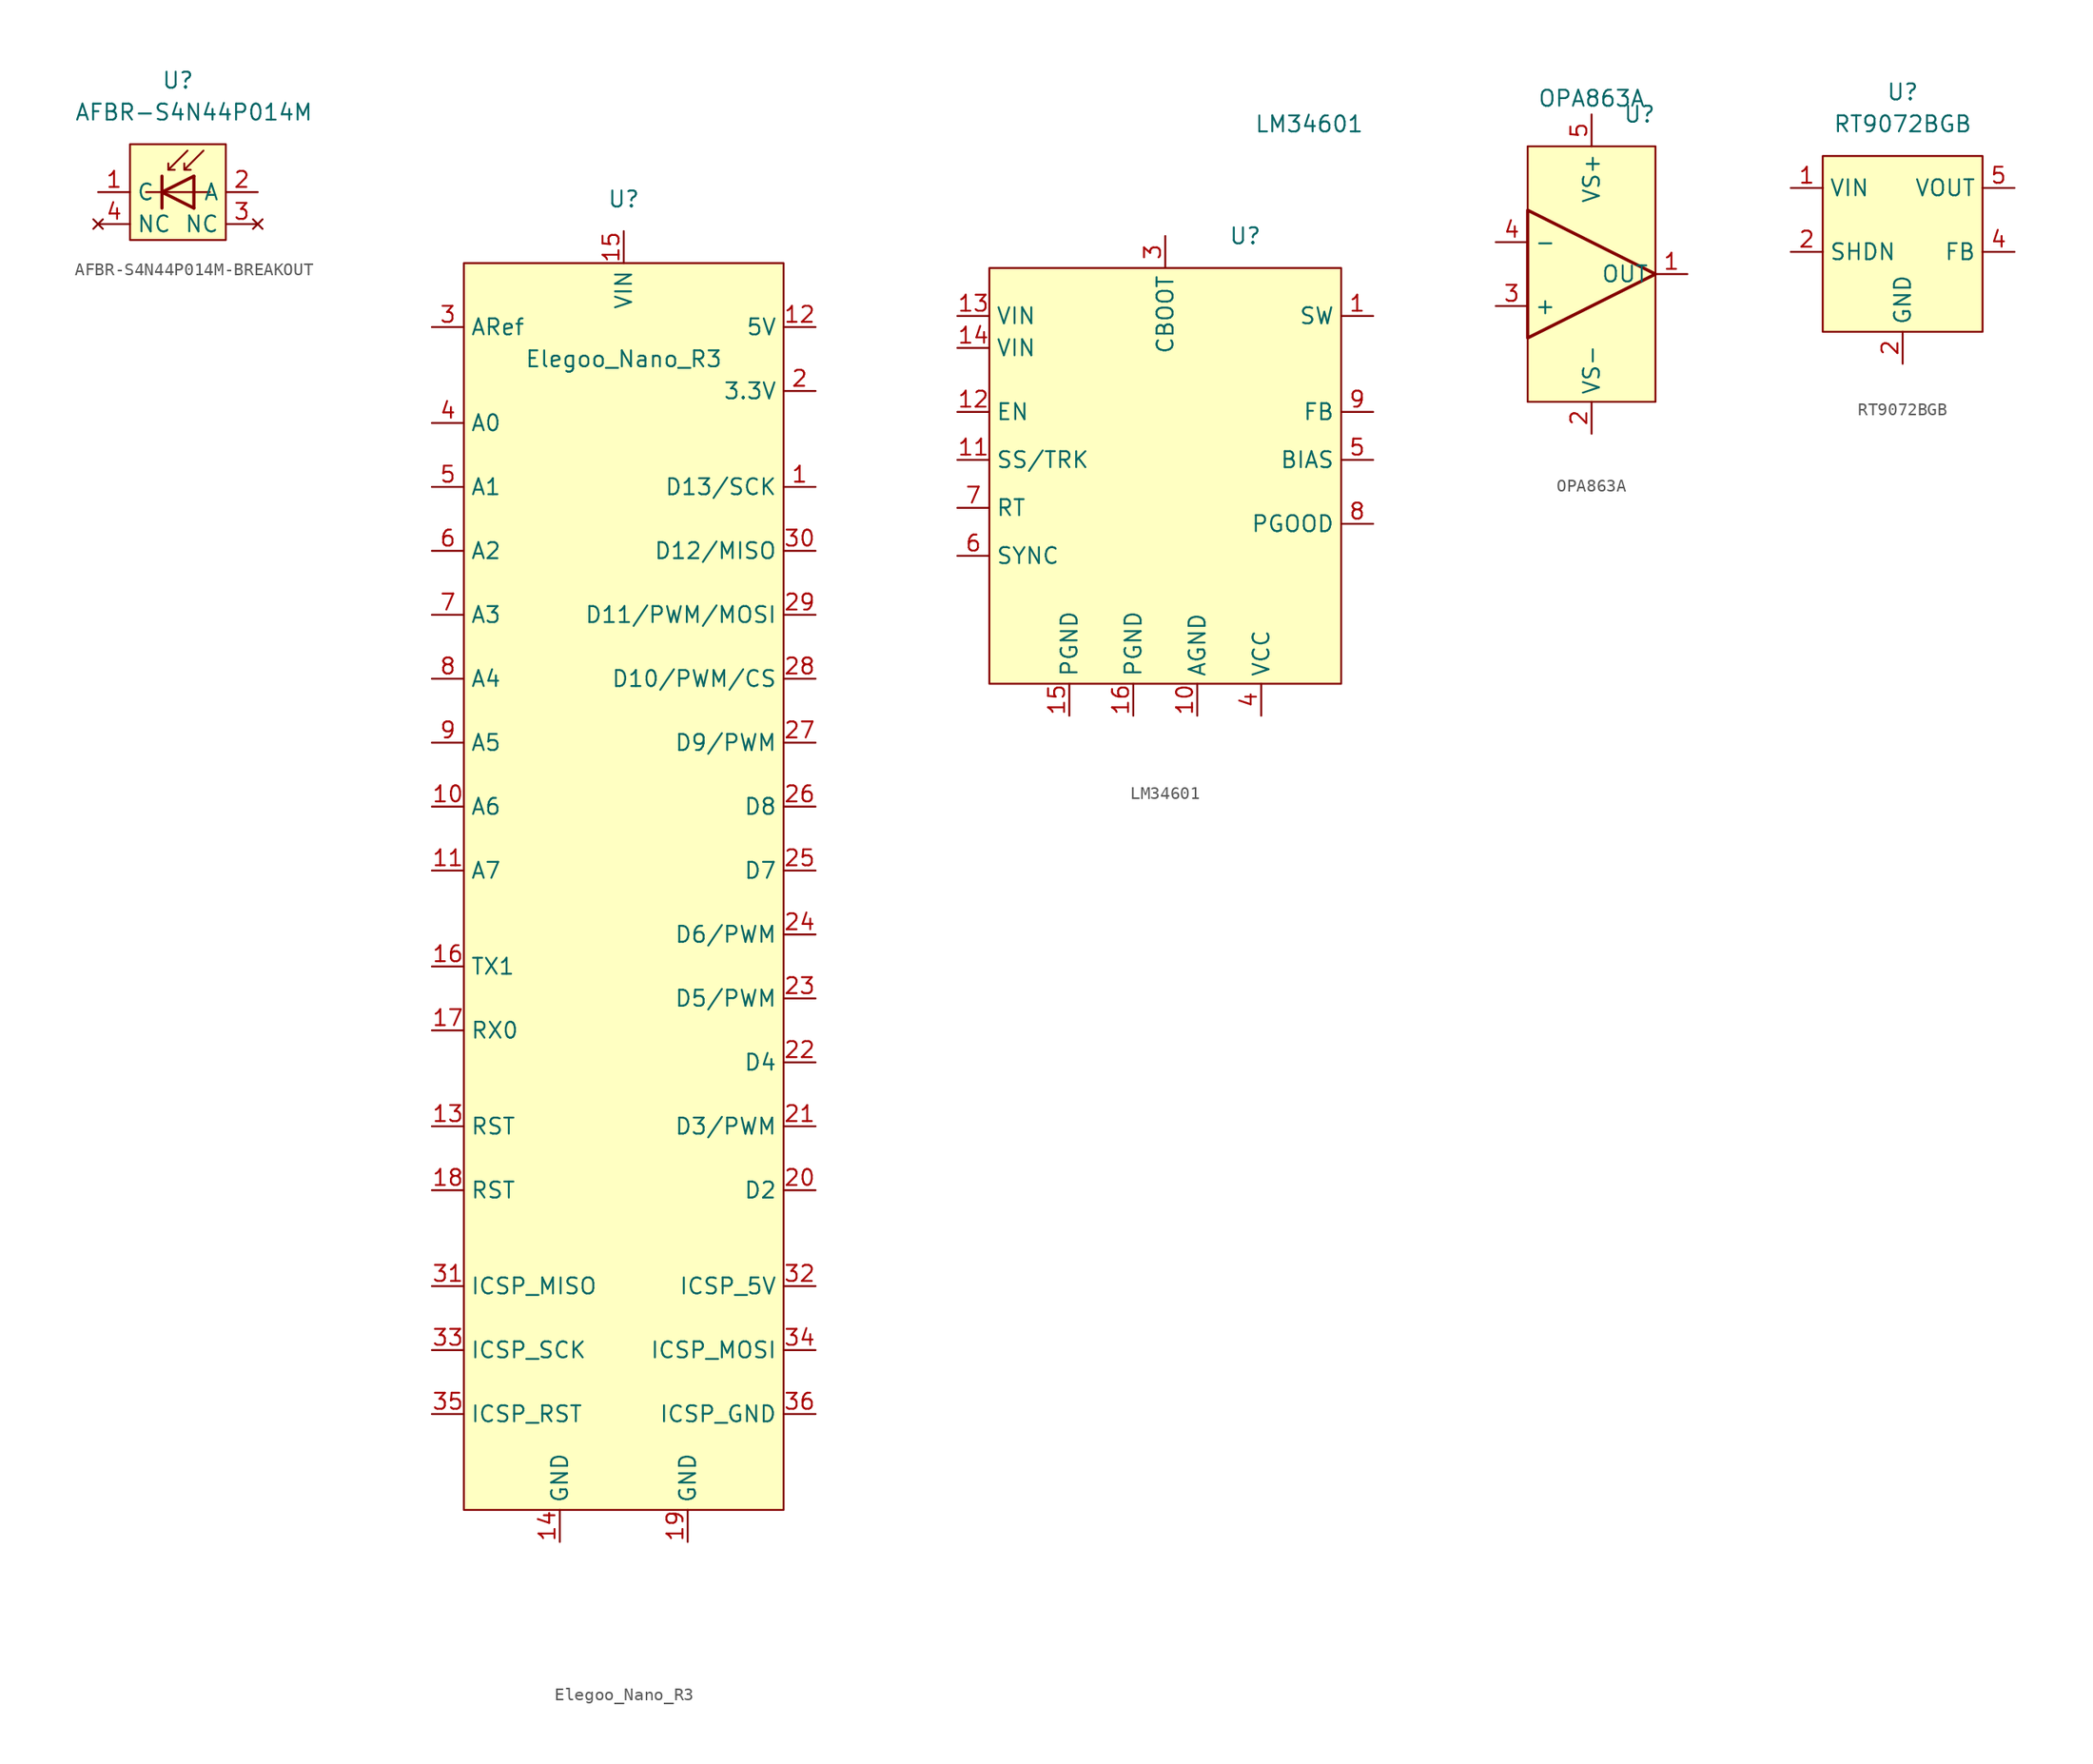
<source format=kicad_sym>
(kicad_symbol_lib
  (version 20220914)
  (generator kicad_symbol_editor)
  (symbol "AFBR-S4N44P014M-BREAKOUT"
    (property "Reference" "U"
      (at 0 8.89 0)
      (effects (font (size 1.27 1.27))))
    (property "Value" "AFBR-S4N44P014M"
      (at 1.27 6.35 0)
      (effects (font (size 1.27 1.27))))
    (symbol "AFBR-S4N44P014M-BREAKOUT_0_1"
      (polyline (pts (xy -1.27 0) (xy 1.27 0)) (stroke (width 0) (type default)) (fill (type none)))
      (polyline (pts (xy -1.27 1.27) (xy -1.27 -1.27)) (stroke (width 0.254) (type default)) (fill (type none)))
      (polyline (pts (xy -0.762 1.778) (xy -0.254 1.778)) (stroke (width 0) (type default)) (fill (type none)))
      (polyline (pts (xy 0.762 3.302) (xy -0.762 1.778) (xy -0.762 2.286)) (stroke (width 0) (type default)) (fill (type none)))
      (polyline (pts (xy 1.27 1.27) (xy -1.27 0) (xy 1.27 -1.27)) (stroke (width 0.254) (type default)) (fill (type none)))
      (polyline (pts (xy 2.032 3.302) (xy 0.508 1.778) (xy 0.508 2.286) (xy 0.508 1.778) (xy 1.016 1.778)) (stroke (width 0) (type default)) (fill (type none))))
    (symbol "AFBR-S4N44P014M-BREAKOUT_1_1"
      (rectangle (start -3.81 3.81) (end 3.81 -3.81) (stroke (width 0) (type default)) (fill (type background)))
      (polyline (pts (xy -1.27 0) (xy -2.54 0)) (stroke (width 0) (type default)) (fill (type none)))
      (polyline (pts (xy 1.27 0) (xy 2.54 0)) (stroke (width 0) (type default)) (fill (type none)))
      (polyline (pts (xy 1.27 1.27) (xy 1.27 -1.27)) (stroke (width 0.254) (type default)) (fill (type none)))
      (pin passive line (at -6.35 0 0) (length 2.54) (name "C" (effects (font (size 1.27 1.27)))) (number "1" (effects (font (size 1.27 1.27)))))
      (pin passive line (at 6.35 0 180) (length 2.54) (name "A" (effects (font (size 1.27 1.27)))) (number "2" (effects (font (size 1.27 1.27)))))
      (pin no_connect line (at 6.35 -2.54 180) (length 2.54) (name "NC" (effects (font (size 1.27 1.27)))) (number "3" (effects (font (size 1.27 1.27)))))
      (pin no_connect line (at -6.35 -2.54 0) (length 2.54) (name "NC" (effects (font (size 1.27 1.27)))) (number "4" (effects (font (size 1.27 1.27)))))))
  (symbol "Elegoo_Nano_R3"
    (property "Reference" "U"
      (at 0 45.72 0)
      (effects (font (size 1.27 1.27))))
    (property "Value" "Elegoo_Nano_R3"
      (at 0 33.02 0)
      (effects (font (size 1.27 1.27))))
    (symbol "Elegoo_Nano_R3_1_1"
      (rectangle (start -12.7 40.64) (end 12.7 -58.42) (stroke (width 0) (type default)) (fill (type background)))
      (pin input line (at 15.24 22.86 180) (length 2.54) (name "D13/SCK" (effects (font (size 1.27 1.27)))) (number "1" (effects (font (size 1.27 1.27)))))
      (pin bidirectional line (at -15.24 -2.54 0) (length 2.54) (name "A6" (effects (font (size 1.27 1.27)))) (number "10" (effects (font (size 1.27 1.27)))))
      (pin bidirectional line (at -15.24 -7.62 0) (length 2.54) (name "A7" (effects (font (size 1.27 1.27)))) (number "11" (effects (font (size 1.27 1.27)))))
      (pin power_out line (at 15.24 35.56 180) (length 2.54) (name "5V" (effects (font (size 1.27 1.27)))) (number "12" (effects (font (size 1.27 1.27)))))
      (pin input line (at -15.24 -27.94 0) (length 2.54) (name "RST" (effects (font (size 1.27 1.27)))) (number "13" (effects (font (size 1.27 1.27)))))
      (pin power_in line (at -5.08 -60.96 90) (length 2.54) (name "GND" (effects (font (size 1.27 1.27)))) (number "14" (effects (font (size 1.27 1.27)))))
      (pin power_in line (at 0 43.18 270) (length 2.54) (name "VIN" (effects (font (size 1.27 1.27)))) (number "15" (effects (font (size 1.27 1.27)))))
      (pin input line (at -15.24 -15.24 0) (length 2.54) (name "TX1" (effects (font (size 1.27 1.27)))) (number "16" (effects (font (size 1.27 1.27)))))
      (pin input line (at -15.24 -20.32 0) (length 2.54) (name "RX0" (effects (font (size 1.27 1.27)))) (number "17" (effects (font (size 1.27 1.27)))))
      (pin input line (at -15.24 -33.02 0) (length 2.54) (name "RST" (effects (font (size 1.27 1.27)))) (number "18" (effects (font (size 1.27 1.27)))))
      (pin input line (at 5.08 -60.96 90) (length 2.54) (name "GND" (effects (font (size 1.27 1.27)))) (number "19" (effects (font (size 1.27 1.27)))))
      (pin power_out line (at 15.24 30.48 180) (length 2.54) (name "3.3V" (effects (font (size 1.27 1.27)))) (number "2" (effects (font (size 1.27 1.27)))))
      (pin input line (at 15.24 -33.02 180) (length 2.54) (name "D2" (effects (font (size 1.27 1.27)))) (number "20" (effects (font (size 1.27 1.27)))))
      (pin input line (at 15.24 -27.94 180) (length 2.54) (name "D3/PWM" (effects (font (size 1.27 1.27)))) (number "21" (effects (font (size 1.27 1.27)))))
      (pin input line (at 15.24 -22.86 180) (length 2.54) (name "D4" (effects (font (size 1.27 1.27)))) (number "22" (effects (font (size 1.27 1.27)))))
      (pin input line (at 15.24 -17.78 180) (length 2.54) (name "D5/PWM" (effects (font (size 1.27 1.27)))) (number "23" (effects (font (size 1.27 1.27)))))
      (pin input line (at 15.24 -12.7 180) (length 2.54) (name "D6/PWM" (effects (font (size 1.27 1.27)))) (number "24" (effects (font (size 1.27 1.27)))))
      (pin input line (at 15.24 -7.62 180) (length 2.54) (name "D7" (effects (font (size 1.27 1.27)))) (number "25" (effects (font (size 1.27 1.27)))))
      (pin input line (at 15.24 -2.54 180) (length 2.54) (name "D8" (effects (font (size 1.27 1.27)))) (number "26" (effects (font (size 1.27 1.27)))))
      (pin input line (at 15.24 2.54 180) (length 2.54) (name "D9/PWM" (effects (font (size 1.27 1.27)))) (number "27" (effects (font (size 1.27 1.27)))))
      (pin input line (at 15.24 7.62 180) (length 2.54) (name "D10/PWM/CS" (effects (font (size 1.27 1.27)))) (number "28" (effects (font (size 1.27 1.27)))))
      (pin input line (at 15.24 12.7 180) (length 2.54) (name "D11/PWM/MOSI" (effects (font (size 1.27 1.27)))) (number "29" (effects (font (size 1.27 1.27)))))
      (pin power_out line (at -15.24 35.56 0) (length 2.54) (name "ARef" (effects (font (size 1.27 1.27)))) (number "3" (effects (font (size 1.27 1.27)))))
      (pin input line (at 15.24 17.78 180) (length 2.54) (name "D12/MISO" (effects (font (size 1.27 1.27)))) (number "30" (effects (font (size 1.27 1.27)))))
      (pin input line (at -15.24 -40.64 0) (length 2.54) (name "ICSP_MISO" (effects (font (size 1.27 1.27)))) (number "31" (effects (font (size 1.27 1.27)))))
      (pin power_in line (at 15.24 -40.64 180) (length 2.54) (name "ICSP_5V" (effects (font (size 1.27 1.27)))) (number "32" (effects (font (size 1.27 1.27)))))
      (pin input line (at -15.24 -45.72 0) (length 2.54) (name "ICSP_SCK" (effects (font (size 1.27 1.27)))) (number "33" (effects (font (size 1.27 1.27)))))
      (pin output line (at 15.24 -45.72 180) (length 2.54) (name "ICSP_MOSI" (effects (font (size 1.27 1.27)))) (number "34" (effects (font (size 1.27 1.27)))))
      (pin input line (at -15.24 -50.8 0) (length 2.54) (name "ICSP_RST" (effects (font (size 1.27 1.27)))) (number "35" (effects (font (size 1.27 1.27)))))
      (pin output line (at 15.24 -50.8 180) (length 2.54) (name "ICSP_GND" (effects (font (size 1.27 1.27)))) (number "36" (effects (font (size 1.27 1.27)))))
      (pin bidirectional line (at -15.24 27.94 0) (length 2.54) (name "A0" (effects (font (size 1.27 1.27)))) (number "4" (effects (font (size 1.27 1.27)))))
      (pin bidirectional line (at -15.24 22.86 0) (length 2.54) (name "A1" (effects (font (size 1.27 1.27)))) (number "5" (effects (font (size 1.27 1.27)))))
      (pin bidirectional line (at -15.24 17.78 0) (length 2.54) (name "A2" (effects (font (size 1.27 1.27)))) (number "6" (effects (font (size 1.27 1.27)))))
      (pin bidirectional line (at -15.24 12.7 0) (length 2.54) (name "A3" (effects (font (size 1.27 1.27)))) (number "7" (effects (font (size 1.27 1.27)))))
      (pin bidirectional line (at -15.24 7.62 0) (length 2.54) (name "A4" (effects (font (size 1.27 1.27)))) (number "8" (effects (font (size 1.27 1.27)))))
      (pin bidirectional line (at -15.24 2.54 0) (length 2.54) (name "A5" (effects (font (size 1.27 1.27)))) (number "9" (effects (font (size 1.27 1.27)))))))
  (symbol "LM34601"
    (property "Reference" "U"
      (at 6.35 19.05 0)
      (effects (font (size 1.27 1.27))))
    (property "Value" "LM34601"
      (at 11.43 27.94 0)
      (effects (font (size 1.27 1.27))))
    (symbol "LM34601_1_1"
      (rectangle (start -13.97 16.51) (end 13.97 -16.51) (stroke (width 0) (type default)) (fill (type background)))
      (pin output line (at 16.51 12.7 180) (length 2.54) (name "SW" (effects (font (size 1.27 1.27)))) (number "1" (effects (font (size 1.27 1.27)))))
      (pin power_in line (at 2.54 -19.05 90) (length 2.54) (name "AGND" (effects (font (size 1.27 1.27)))) (number "10" (effects (font (size 1.27 1.27)))))
      (pin input line (at -16.51 1.27 0) (length 2.54) (name "SS/TRK" (effects (font (size 1.27 1.27)))) (number "11" (effects (font (size 1.27 1.27)))))
      (pin input line (at -16.51 5.08 0) (length 2.54) (name "EN" (effects (font (size 1.27 1.27)))) (number "12" (effects (font (size 1.27 1.27)))))
      (pin power_in line (at -16.51 12.7 0) (length 2.54) (name "VIN" (effects (font (size 1.27 1.27)))) (number "13" (effects (font (size 1.27 1.27)))))
      (pin power_in line (at -16.51 10.16 0) (length 2.54) (name "VIN" (effects (font (size 1.27 1.27)))) (number "14" (effects (font (size 1.27 1.27)))))
      (pin power_in line (at -7.62 -19.05 90) (length 2.54) (name "PGND" (effects (font (size 1.27 1.27)))) (number "15" (effects (font (size 1.27 1.27)))))
      (pin power_in line (at -2.54 -19.05 90) (length 2.54) (name "PGND" (effects (font (size 1.27 1.27)))) (number "16" (effects (font (size 1.27 1.27)))))
      (pin output line (at 16.51 12.7 180) (length 2.54) hide (name "SW" (effects (font (size 1.27 1.27)))) (number "2" (effects (font (size 1.27 1.27)))))
      (pin input line (at 0 19.05 270) (length 2.54) (name "CBOOT" (effects (font (size 1.27 1.27)))) (number "3" (effects (font (size 1.27 1.27)))))
      (pin power_in line (at 7.62 -19.05 90) (length 2.54) (name "VCC" (effects (font (size 1.27 1.27)))) (number "4" (effects (font (size 1.27 1.27)))))
      (pin input line (at 16.51 1.27 180) (length 2.54) (name "BIAS" (effects (font (size 1.27 1.27)))) (number "5" (effects (font (size 1.27 1.27)))))
      (pin input line (at -16.51 -6.35 0) (length 2.54) (name "SYNC" (effects (font (size 1.27 1.27)))) (number "6" (effects (font (size 1.27 1.27)))))
      (pin input line (at -16.51 -2.54 0) (length 2.54) (name "RT" (effects (font (size 1.27 1.27)))) (number "7" (effects (font (size 1.27 1.27)))))
      (pin input line (at 16.51 -3.81 180) (length 2.54) (name "PGOOD" (effects (font (size 1.27 1.27)))) (number "8" (effects (font (size 1.27 1.27)))))
      (pin input line (at 16.51 5.08 180) (length 2.54) (name "FB" (effects (font (size 1.27 1.27)))) (number "9" (effects (font (size 1.27 1.27)))))))
  (symbol "OPA863A"
    (property "Reference" "U"
      (at 3.81 12.7 0)
      (effects (font (size 1.27 1.27))))
    (property "Value" "OPA863A"
      (at 0 13.97 0)
      (effects (font (size 1.27 1.27))))
    (symbol "OPA863A_1_1"
      (rectangle (start -5.08 10.16) (end 5.08 -10.16) (stroke (width 0) (type default)) (fill (type background)))
      (polyline (pts (xy -5.08 5.08) (xy 5.08 0) (xy -5.08 -5.08) (xy -5.08 5.08)) (stroke (width 0.254) (type default)) (fill (type background)))
      (pin output line (at 7.62 0 180) (length 2.54) (name "OUT" (effects (font (size 1.27 1.27)))) (number "1" (effects (font (size 1.27 1.27)))))
      (pin input line (at 0 -12.7 90) (length 2.54) (name "VS-" (effects (font (size 1.27 1.27)))) (number "2" (effects (font (size 1.27 1.27)))))
      (pin input line (at -7.62 -2.54 0) (length 2.54) (name "+" (effects (font (size 1.27 1.27)))) (number "3" (effects (font (size 1.27 1.27)))))
      (pin input line (at -7.62 2.54 0) (length 2.54) (name "-" (effects (font (size 1.27 1.27)))) (number "4" (effects (font (size 1.27 1.27)))))
      (pin input line (at 0 12.7 270) (length 2.54) (name "VS+" (effects (font (size 1.27 1.27)))) (number "5" (effects (font (size 1.27 1.27)))))))
  (symbol "RT9072BGB"
    (property "Reference" "U"
      (at 0 11.43 0)
      (effects (font (size 1.27 1.27))))
    (property "Value" "RT9072BGB"
      (at 0 8.89 0)
      (effects (font (size 1.27 1.27))))
    (symbol "RT9072BGB_1_1"
      (rectangle (start -6.35 6.35) (end 6.35 -7.62) (stroke (width 0) (type default)) (fill (type background)))
      (pin power_in line (at -8.89 3.81 0) (length 2.54) (name "VIN" (effects (font (size 1.27 1.27)))) (number "1" (effects (font (size 1.27 1.27)))))
      (pin power_in line (at 0 -10.16 90) (length 2.54) (name "GND" (effects (font (size 1.27 1.27)))) (number "2" (effects (font (size 1.27 1.27)))))
      (pin input line (at -8.89 -1.27 0) (length 2.54) (name "SHDN" (effects (font (size 1.27 1.27)))) (number "2" (effects (font (size 1.27 1.27)))))
      (pin input line (at 8.89 -1.27 180) (length 2.54) (name "FB" (effects (font (size 1.27 1.27)))) (number "4" (effects (font (size 1.27 1.27)))))
      (pin power_out line (at 8.89 3.81 180) (length 2.54) (name "VOUT" (effects (font (size 1.27 1.27)))) (number "5" (effects (font (size 1.27 1.27))))))))
</source>
